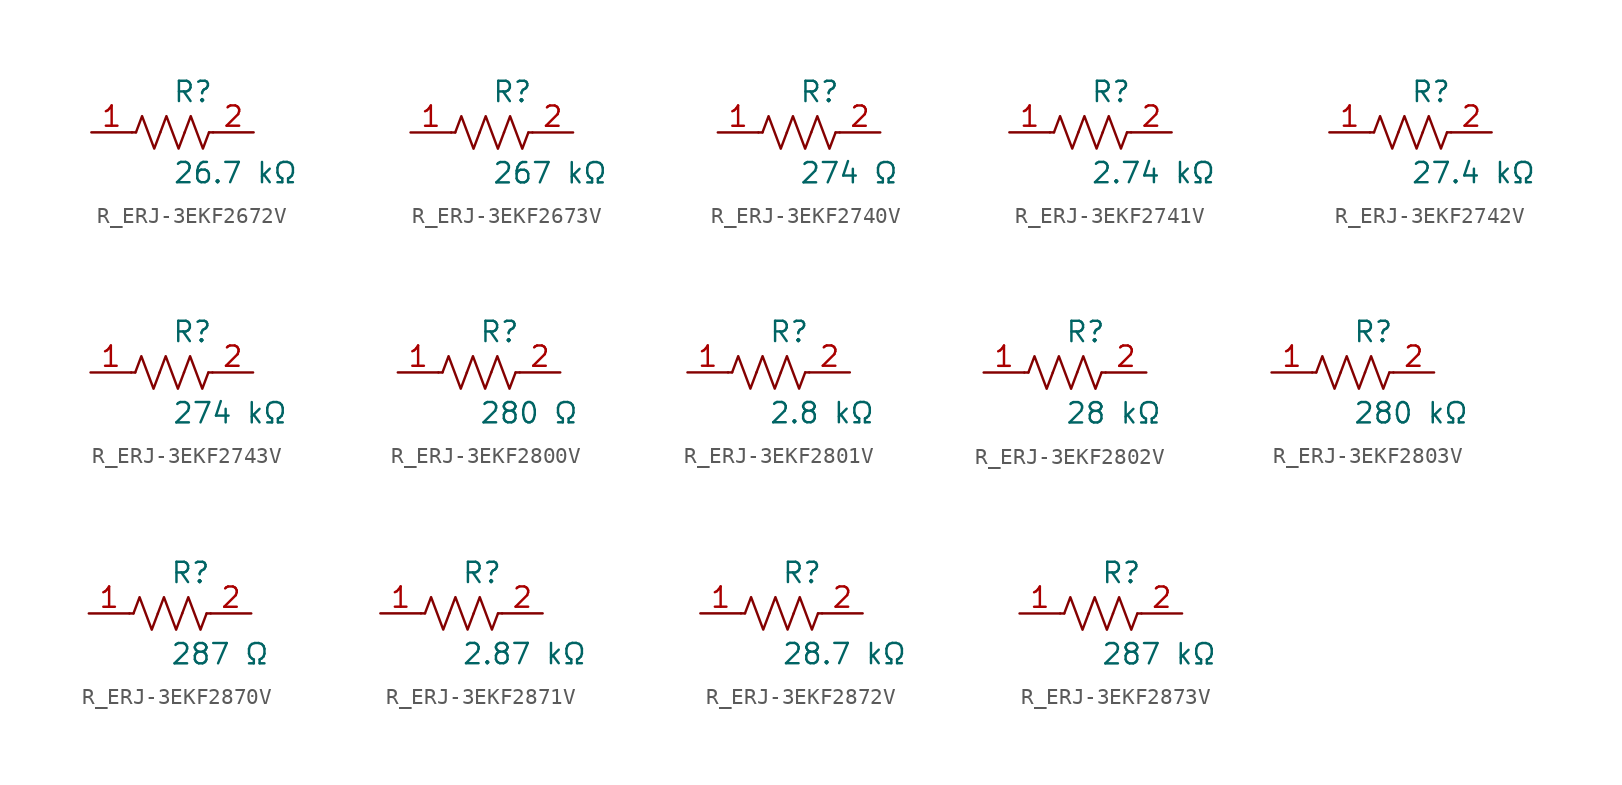
<source format=kicad_sym>
(kicad_symbol_lib
  (version 20231120)
  (generator "kicad_symbol_editor")
  (generator_version "8.0")
  (symbol "R_ERJ-3EKF2672V"
    (pin_names
      (offset 0.254))
    (property "Reference" "R"
      (at 0 2.54 0)
      (effects (font (size 1.27 1.27)) (justify left)))
    (property "Value" "26.7 kΩ"
      (at 0 -2.54 0)
      (effects (font (size 1.27 1.27)) (justify left)))
    (symbol "R_ERJ-3EKF2672V_0_1"
      (polyline (pts (xy 2.286 0) (xy 2.54 0)) (stroke (width 0) (type default)) (fill (type none)))
      (polyline (pts (xy -2.286 0) (xy -2.54 0)) (stroke (width 0) (type default)) (fill (type none)))
      (polyline (pts (xy 0.762 0) (xy 1.143 1.016) (xy 1.524 0) (xy 1.905 -1.016) (xy 2.286 0)) (stroke (width 0) (type default)) (fill (type none)))
      (polyline (pts (xy -0.762 0) (xy -0.381 1.016) (xy 0 0) (xy 0.381 -1.016) (xy 0.762 0)) (stroke (width 0) (type default)) (fill (type none)))
      (polyline (pts (xy -2.286 0) (xy -1.905 1.016) (xy -1.524 0) (xy -1.143 -1.016) (xy -0.762 0)) (stroke (width 0) (type default)) (fill (type none))))
    (pin unspecified line
      (at -5.08 0 0)
      (length 2.54)
      (name "" (effects (font (size 1.27 1.27))))
      (number "1" (effects (font (size 1.27 1.27)))))
    (pin unspecified line
      (at 5.08 0 180)
      (length 2.54)
      (name "" (effects (font (size 1.27 1.27))))
      (number "2" (effects (font (size 1.27 1.27))))))
  (symbol "R_ERJ-3EKF2673V"
    (pin_names
      (offset 0.254))
    (property "Reference" "R"
      (at 0 2.54 0)
      (effects (font (size 1.27 1.27)) (justify left)))
    (property "Value" "267 kΩ"
      (at 0 -2.54 0)
      (effects (font (size 1.27 1.27)) (justify left)))
    (symbol "R_ERJ-3EKF2673V_0_1"
      (polyline (pts (xy 2.286 0) (xy 2.54 0)) (stroke (width 0) (type default)) (fill (type none)))
      (polyline (pts (xy -2.286 0) (xy -2.54 0)) (stroke (width 0) (type default)) (fill (type none)))
      (polyline (pts (xy 0.762 0) (xy 1.143 1.016) (xy 1.524 0) (xy 1.905 -1.016) (xy 2.286 0)) (stroke (width 0) (type default)) (fill (type none)))
      (polyline (pts (xy -0.762 0) (xy -0.381 1.016) (xy 0 0) (xy 0.381 -1.016) (xy 0.762 0)) (stroke (width 0) (type default)) (fill (type none)))
      (polyline (pts (xy -2.286 0) (xy -1.905 1.016) (xy -1.524 0) (xy -1.143 -1.016) (xy -0.762 0)) (stroke (width 0) (type default)) (fill (type none))))
    (pin unspecified line
      (at -5.08 0 0)
      (length 2.54)
      (name "" (effects (font (size 1.27 1.27))))
      (number "1" (effects (font (size 1.27 1.27)))))
    (pin unspecified line
      (at 5.08 0 180)
      (length 2.54)
      (name "" (effects (font (size 1.27 1.27))))
      (number "2" (effects (font (size 1.27 1.27))))))
  (symbol "R_ERJ-3EKF2740V"
    (pin_names
      (offset 0.254))
    (property "Reference" "R"
      (at 0 2.54 0)
      (effects (font (size 1.27 1.27)) (justify left)))
    (property "Value" "274 Ω"
      (at 0 -2.54 0)
      (effects (font (size 1.27 1.27)) (justify left)))
    (symbol "R_ERJ-3EKF2740V_0_1"
      (polyline (pts (xy 2.286 0) (xy 2.54 0)) (stroke (width 0) (type default)) (fill (type none)))
      (polyline (pts (xy -2.286 0) (xy -2.54 0)) (stroke (width 0) (type default)) (fill (type none)))
      (polyline (pts (xy 0.762 0) (xy 1.143 1.016) (xy 1.524 0) (xy 1.905 -1.016) (xy 2.286 0)) (stroke (width 0) (type default)) (fill (type none)))
      (polyline (pts (xy -0.762 0) (xy -0.381 1.016) (xy 0 0) (xy 0.381 -1.016) (xy 0.762 0)) (stroke (width 0) (type default)) (fill (type none)))
      (polyline (pts (xy -2.286 0) (xy -1.905 1.016) (xy -1.524 0) (xy -1.143 -1.016) (xy -0.762 0)) (stroke (width 0) (type default)) (fill (type none))))
    (pin unspecified line
      (at -5.08 0 0)
      (length 2.54)
      (name "" (effects (font (size 1.27 1.27))))
      (number "1" (effects (font (size 1.27 1.27)))))
    (pin unspecified line
      (at 5.08 0 180)
      (length 2.54)
      (name "" (effects (font (size 1.27 1.27))))
      (number "2" (effects (font (size 1.27 1.27))))))
  (symbol "R_ERJ-3EKF2741V"
    (pin_names
      (offset 0.254))
    (property "Reference" "R"
      (at 0 2.54 0)
      (effects (font (size 1.27 1.27)) (justify left)))
    (property "Value" "2.74 kΩ"
      (at 0 -2.54 0)
      (effects (font (size 1.27 1.27)) (justify left)))
    (symbol "R_ERJ-3EKF2741V_0_1"
      (polyline (pts (xy 2.286 0) (xy 2.54 0)) (stroke (width 0) (type default)) (fill (type none)))
      (polyline (pts (xy -2.286 0) (xy -2.54 0)) (stroke (width 0) (type default)) (fill (type none)))
      (polyline (pts (xy 0.762 0) (xy 1.143 1.016) (xy 1.524 0) (xy 1.905 -1.016) (xy 2.286 0)) (stroke (width 0) (type default)) (fill (type none)))
      (polyline (pts (xy -0.762 0) (xy -0.381 1.016) (xy 0 0) (xy 0.381 -1.016) (xy 0.762 0)) (stroke (width 0) (type default)) (fill (type none)))
      (polyline (pts (xy -2.286 0) (xy -1.905 1.016) (xy -1.524 0) (xy -1.143 -1.016) (xy -0.762 0)) (stroke (width 0) (type default)) (fill (type none))))
    (pin unspecified line
      (at -5.08 0 0)
      (length 2.54)
      (name "" (effects (font (size 1.27 1.27))))
      (number "1" (effects (font (size 1.27 1.27)))))
    (pin unspecified line
      (at 5.08 0 180)
      (length 2.54)
      (name "" (effects (font (size 1.27 1.27))))
      (number "2" (effects (font (size 1.27 1.27))))))
  (symbol "R_ERJ-3EKF2742V"
    (pin_names
      (offset 0.254))
    (property "Reference" "R"
      (at 0 2.54 0)
      (effects (font (size 1.27 1.27)) (justify left)))
    (property "Value" "27.4 kΩ"
      (at 0 -2.54 0)
      (effects (font (size 1.27 1.27)) (justify left)))
    (symbol "R_ERJ-3EKF2742V_0_1"
      (polyline (pts (xy 2.286 0) (xy 2.54 0)) (stroke (width 0) (type default)) (fill (type none)))
      (polyline (pts (xy -2.286 0) (xy -2.54 0)) (stroke (width 0) (type default)) (fill (type none)))
      (polyline (pts (xy 0.762 0) (xy 1.143 1.016) (xy 1.524 0) (xy 1.905 -1.016) (xy 2.286 0)) (stroke (width 0) (type default)) (fill (type none)))
      (polyline (pts (xy -0.762 0) (xy -0.381 1.016) (xy 0 0) (xy 0.381 -1.016) (xy 0.762 0)) (stroke (width 0) (type default)) (fill (type none)))
      (polyline (pts (xy -2.286 0) (xy -1.905 1.016) (xy -1.524 0) (xy -1.143 -1.016) (xy -0.762 0)) (stroke (width 0) (type default)) (fill (type none))))
    (pin unspecified line
      (at -5.08 0 0)
      (length 2.54)
      (name "" (effects (font (size 1.27 1.27))))
      (number "1" (effects (font (size 1.27 1.27)))))
    (pin unspecified line
      (at 5.08 0 180)
      (length 2.54)
      (name "" (effects (font (size 1.27 1.27))))
      (number "2" (effects (font (size 1.27 1.27))))))
  (symbol "R_ERJ-3EKF2743V"
    (pin_names
      (offset 0.254))
    (property "Reference" "R"
      (at 0 2.54 0)
      (effects (font (size 1.27 1.27)) (justify left)))
    (property "Value" "274 kΩ"
      (at 0 -2.54 0)
      (effects (font (size 1.27 1.27)) (justify left)))
    (symbol "R_ERJ-3EKF2743V_0_1"
      (polyline (pts (xy 2.286 0) (xy 2.54 0)) (stroke (width 0) (type default)) (fill (type none)))
      (polyline (pts (xy -2.286 0) (xy -2.54 0)) (stroke (width 0) (type default)) (fill (type none)))
      (polyline (pts (xy 0.762 0) (xy 1.143 1.016) (xy 1.524 0) (xy 1.905 -1.016) (xy 2.286 0)) (stroke (width 0) (type default)) (fill (type none)))
      (polyline (pts (xy -0.762 0) (xy -0.381 1.016) (xy 0 0) (xy 0.381 -1.016) (xy 0.762 0)) (stroke (width 0) (type default)) (fill (type none)))
      (polyline (pts (xy -2.286 0) (xy -1.905 1.016) (xy -1.524 0) (xy -1.143 -1.016) (xy -0.762 0)) (stroke (width 0) (type default)) (fill (type none))))
    (pin unspecified line
      (at -5.08 0 0)
      (length 2.54)
      (name "" (effects (font (size 1.27 1.27))))
      (number "1" (effects (font (size 1.27 1.27)))))
    (pin unspecified line
      (at 5.08 0 180)
      (length 2.54)
      (name "" (effects (font (size 1.27 1.27))))
      (number "2" (effects (font (size 1.27 1.27))))))
  (symbol "R_ERJ-3EKF2800V"
    (pin_names
      (offset 0.254))
    (property "Reference" "R"
      (at 0 2.54 0)
      (effects (font (size 1.27 1.27)) (justify left)))
    (property "Value" "280 Ω"
      (at 0 -2.54 0)
      (effects (font (size 1.27 1.27)) (justify left)))
    (symbol "R_ERJ-3EKF2800V_0_1"
      (polyline (pts (xy 2.286 0) (xy 2.54 0)) (stroke (width 0) (type default)) (fill (type none)))
      (polyline (pts (xy -2.286 0) (xy -2.54 0)) (stroke (width 0) (type default)) (fill (type none)))
      (polyline (pts (xy 0.762 0) (xy 1.143 1.016) (xy 1.524 0) (xy 1.905 -1.016) (xy 2.286 0)) (stroke (width 0) (type default)) (fill (type none)))
      (polyline (pts (xy -0.762 0) (xy -0.381 1.016) (xy 0 0) (xy 0.381 -1.016) (xy 0.762 0)) (stroke (width 0) (type default)) (fill (type none)))
      (polyline (pts (xy -2.286 0) (xy -1.905 1.016) (xy -1.524 0) (xy -1.143 -1.016) (xy -0.762 0)) (stroke (width 0) (type default)) (fill (type none))))
    (pin unspecified line
      (at -5.08 0 0)
      (length 2.54)
      (name "" (effects (font (size 1.27 1.27))))
      (number "1" (effects (font (size 1.27 1.27)))))
    (pin unspecified line
      (at 5.08 0 180)
      (length 2.54)
      (name "" (effects (font (size 1.27 1.27))))
      (number "2" (effects (font (size 1.27 1.27))))))
  (symbol "R_ERJ-3EKF2801V"
    (pin_names
      (offset 0.254))
    (property "Reference" "R"
      (at 0 2.54 0)
      (effects (font (size 1.27 1.27)) (justify left)))
    (property "Value" "2.8 kΩ"
      (at 0 -2.54 0)
      (effects (font (size 1.27 1.27)) (justify left)))
    (symbol "R_ERJ-3EKF2801V_0_1"
      (polyline (pts (xy 2.286 0) (xy 2.54 0)) (stroke (width 0) (type default)) (fill (type none)))
      (polyline (pts (xy -2.286 0) (xy -2.54 0)) (stroke (width 0) (type default)) (fill (type none)))
      (polyline (pts (xy 0.762 0) (xy 1.143 1.016) (xy 1.524 0) (xy 1.905 -1.016) (xy 2.286 0)) (stroke (width 0) (type default)) (fill (type none)))
      (polyline (pts (xy -0.762 0) (xy -0.381 1.016) (xy 0 0) (xy 0.381 -1.016) (xy 0.762 0)) (stroke (width 0) (type default)) (fill (type none)))
      (polyline (pts (xy -2.286 0) (xy -1.905 1.016) (xy -1.524 0) (xy -1.143 -1.016) (xy -0.762 0)) (stroke (width 0) (type default)) (fill (type none))))
    (pin unspecified line
      (at -5.08 0 0)
      (length 2.54)
      (name "" (effects (font (size 1.27 1.27))))
      (number "1" (effects (font (size 1.27 1.27)))))
    (pin unspecified line
      (at 5.08 0 180)
      (length 2.54)
      (name "" (effects (font (size 1.27 1.27))))
      (number "2" (effects (font (size 1.27 1.27))))))
  (symbol "R_ERJ-3EKF2802V"
    (pin_names
      (offset 0.254))
    (property "Reference" "R"
      (at 0 2.54 0)
      (effects (font (size 1.27 1.27)) (justify left)))
    (property "Value" "28 kΩ"
      (at 0 -2.54 0)
      (effects (font (size 1.27 1.27)) (justify left)))
    (symbol "R_ERJ-3EKF2802V_0_1"
      (polyline (pts (xy 2.286 0) (xy 2.54 0)) (stroke (width 0) (type default)) (fill (type none)))
      (polyline (pts (xy -2.286 0) (xy -2.54 0)) (stroke (width 0) (type default)) (fill (type none)))
      (polyline (pts (xy 0.762 0) (xy 1.143 1.016) (xy 1.524 0) (xy 1.905 -1.016) (xy 2.286 0)) (stroke (width 0) (type default)) (fill (type none)))
      (polyline (pts (xy -0.762 0) (xy -0.381 1.016) (xy 0 0) (xy 0.381 -1.016) (xy 0.762 0)) (stroke (width 0) (type default)) (fill (type none)))
      (polyline (pts (xy -2.286 0) (xy -1.905 1.016) (xy -1.524 0) (xy -1.143 -1.016) (xy -0.762 0)) (stroke (width 0) (type default)) (fill (type none))))
    (pin unspecified line
      (at -5.08 0 0)
      (length 2.54)
      (name "" (effects (font (size 1.27 1.27))))
      (number "1" (effects (font (size 1.27 1.27)))))
    (pin unspecified line
      (at 5.08 0 180)
      (length 2.54)
      (name "" (effects (font (size 1.27 1.27))))
      (number "2" (effects (font (size 1.27 1.27))))))
  (symbol "R_ERJ-3EKF2803V"
    (pin_names
      (offset 0.254))
    (property "Reference" "R"
      (at 0 2.54 0)
      (effects (font (size 1.27 1.27)) (justify left)))
    (property "Value" "280 kΩ"
      (at 0 -2.54 0)
      (effects (font (size 1.27 1.27)) (justify left)))
    (symbol "R_ERJ-3EKF2803V_0_1"
      (polyline (pts (xy 2.286 0) (xy 2.54 0)) (stroke (width 0) (type default)) (fill (type none)))
      (polyline (pts (xy -2.286 0) (xy -2.54 0)) (stroke (width 0) (type default)) (fill (type none)))
      (polyline (pts (xy 0.762 0) (xy 1.143 1.016) (xy 1.524 0) (xy 1.905 -1.016) (xy 2.286 0)) (stroke (width 0) (type default)) (fill (type none)))
      (polyline (pts (xy -0.762 0) (xy -0.381 1.016) (xy 0 0) (xy 0.381 -1.016) (xy 0.762 0)) (stroke (width 0) (type default)) (fill (type none)))
      (polyline (pts (xy -2.286 0) (xy -1.905 1.016) (xy -1.524 0) (xy -1.143 -1.016) (xy -0.762 0)) (stroke (width 0) (type default)) (fill (type none))))
    (pin unspecified line
      (at -5.08 0 0)
      (length 2.54)
      (name "" (effects (font (size 1.27 1.27))))
      (number "1" (effects (font (size 1.27 1.27)))))
    (pin unspecified line
      (at 5.08 0 180)
      (length 2.54)
      (name "" (effects (font (size 1.27 1.27))))
      (number "2" (effects (font (size 1.27 1.27))))))
  (symbol "R_ERJ-3EKF2870V"
    (pin_names
      (offset 0.254))
    (property "Reference" "R"
      (at 0 2.54 0)
      (effects (font (size 1.27 1.27)) (justify left)))
    (property "Value" "287 Ω"
      (at 0 -2.54 0)
      (effects (font (size 1.27 1.27)) (justify left)))
    (symbol "R_ERJ-3EKF2870V_0_1"
      (polyline (pts (xy 2.286 0) (xy 2.54 0)) (stroke (width 0) (type default)) (fill (type none)))
      (polyline (pts (xy -2.286 0) (xy -2.54 0)) (stroke (width 0) (type default)) (fill (type none)))
      (polyline (pts (xy 0.762 0) (xy 1.143 1.016) (xy 1.524 0) (xy 1.905 -1.016) (xy 2.286 0)) (stroke (width 0) (type default)) (fill (type none)))
      (polyline (pts (xy -0.762 0) (xy -0.381 1.016) (xy 0 0) (xy 0.381 -1.016) (xy 0.762 0)) (stroke (width 0) (type default)) (fill (type none)))
      (polyline (pts (xy -2.286 0) (xy -1.905 1.016) (xy -1.524 0) (xy -1.143 -1.016) (xy -0.762 0)) (stroke (width 0) (type default)) (fill (type none))))
    (pin unspecified line
      (at -5.08 0 0)
      (length 2.54)
      (name "" (effects (font (size 1.27 1.27))))
      (number "1" (effects (font (size 1.27 1.27)))))
    (pin unspecified line
      (at 5.08 0 180)
      (length 2.54)
      (name "" (effects (font (size 1.27 1.27))))
      (number "2" (effects (font (size 1.27 1.27))))))
  (symbol "R_ERJ-3EKF2871V"
    (pin_names
      (offset 0.254))
    (property "Reference" "R"
      (at 0 2.54 0)
      (effects (font (size 1.27 1.27)) (justify left)))
    (property "Value" "2.87 kΩ"
      (at 0 -2.54 0)
      (effects (font (size 1.27 1.27)) (justify left)))
    (symbol "R_ERJ-3EKF2871V_0_1"
      (polyline (pts (xy 2.286 0) (xy 2.54 0)) (stroke (width 0) (type default)) (fill (type none)))
      (polyline (pts (xy -2.286 0) (xy -2.54 0)) (stroke (width 0) (type default)) (fill (type none)))
      (polyline (pts (xy 0.762 0) (xy 1.143 1.016) (xy 1.524 0) (xy 1.905 -1.016) (xy 2.286 0)) (stroke (width 0) (type default)) (fill (type none)))
      (polyline (pts (xy -0.762 0) (xy -0.381 1.016) (xy 0 0) (xy 0.381 -1.016) (xy 0.762 0)) (stroke (width 0) (type default)) (fill (type none)))
      (polyline (pts (xy -2.286 0) (xy -1.905 1.016) (xy -1.524 0) (xy -1.143 -1.016) (xy -0.762 0)) (stroke (width 0) (type default)) (fill (type none))))
    (pin unspecified line
      (at -5.08 0 0)
      (length 2.54)
      (name "" (effects (font (size 1.27 1.27))))
      (number "1" (effects (font (size 1.27 1.27)))))
    (pin unspecified line
      (at 5.08 0 180)
      (length 2.54)
      (name "" (effects (font (size 1.27 1.27))))
      (number "2" (effects (font (size 1.27 1.27))))))
  (symbol "R_ERJ-3EKF2872V"
    (pin_names
      (offset 0.254))
    (property "Reference" "R"
      (at 0 2.54 0)
      (effects (font (size 1.27 1.27)) (justify left)))
    (property "Value" "28.7 kΩ"
      (at 0 -2.54 0)
      (effects (font (size 1.27 1.27)) (justify left)))
    (symbol "R_ERJ-3EKF2872V_0_1"
      (polyline (pts (xy 2.286 0) (xy 2.54 0)) (stroke (width 0) (type default)) (fill (type none)))
      (polyline (pts (xy -2.286 0) (xy -2.54 0)) (stroke (width 0) (type default)) (fill (type none)))
      (polyline (pts (xy 0.762 0) (xy 1.143 1.016) (xy 1.524 0) (xy 1.905 -1.016) (xy 2.286 0)) (stroke (width 0) (type default)) (fill (type none)))
      (polyline (pts (xy -0.762 0) (xy -0.381 1.016) (xy 0 0) (xy 0.381 -1.016) (xy 0.762 0)) (stroke (width 0) (type default)) (fill (type none)))
      (polyline (pts (xy -2.286 0) (xy -1.905 1.016) (xy -1.524 0) (xy -1.143 -1.016) (xy -0.762 0)) (stroke (width 0) (type default)) (fill (type none))))
    (pin unspecified line
      (at -5.08 0 0)
      (length 2.54)
      (name "" (effects (font (size 1.27 1.27))))
      (number "1" (effects (font (size 1.27 1.27)))))
    (pin unspecified line
      (at 5.08 0 180)
      (length 2.54)
      (name "" (effects (font (size 1.27 1.27))))
      (number "2" (effects (font (size 1.27 1.27))))))
  (symbol "R_ERJ-3EKF2873V"
    (pin_names
      (offset 0.254))
    (property "Reference" "R"
      (at 0 2.54 0)
      (effects (font (size 1.27 1.27)) (justify left)))
    (property "Value" "287 kΩ"
      (at 0 -2.54 0)
      (effects (font (size 1.27 1.27)) (justify left)))
    (symbol "R_ERJ-3EKF2873V_0_1"
      (polyline (pts (xy 2.286 0) (xy 2.54 0)) (stroke (width 0) (type default)) (fill (type none)))
      (polyline (pts (xy -2.286 0) (xy -2.54 0)) (stroke (width 0) (type default)) (fill (type none)))
      (polyline (pts (xy 0.762 0) (xy 1.143 1.016) (xy 1.524 0) (xy 1.905 -1.016) (xy 2.286 0)) (stroke (width 0) (type default)) (fill (type none)))
      (polyline (pts (xy -0.762 0) (xy -0.381 1.016) (xy 0 0) (xy 0.381 -1.016) (xy 0.762 0)) (stroke (width 0) (type default)) (fill (type none)))
      (polyline (pts (xy -2.286 0) (xy -1.905 1.016) (xy -1.524 0) (xy -1.143 -1.016) (xy -0.762 0)) (stroke (width 0) (type default)) (fill (type none))))
    (pin unspecified line
      (at -5.08 0 0)
      (length 2.54)
      (name "" (effects (font (size 1.27 1.27))))
      (number "1" (effects (font (size 1.27 1.27)))))
    (pin unspecified line
      (at 5.08 0 180)
      (length 2.54)
      (name "" (effects (font (size 1.27 1.27))))
      (number "2" (effects (font (size 1.27 1.27)))))))
</source>
